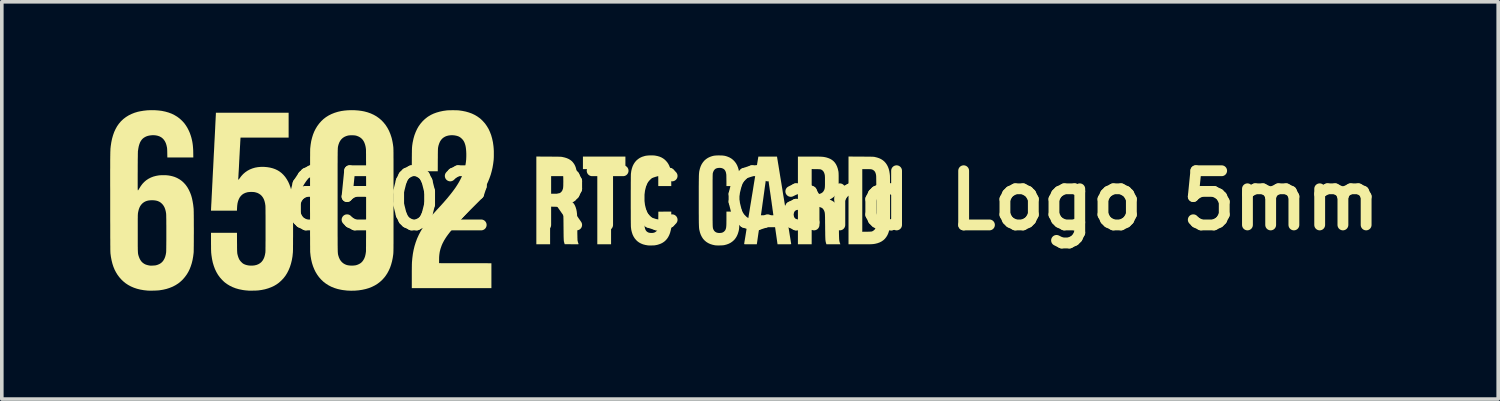
<source format=kicad_pcb>
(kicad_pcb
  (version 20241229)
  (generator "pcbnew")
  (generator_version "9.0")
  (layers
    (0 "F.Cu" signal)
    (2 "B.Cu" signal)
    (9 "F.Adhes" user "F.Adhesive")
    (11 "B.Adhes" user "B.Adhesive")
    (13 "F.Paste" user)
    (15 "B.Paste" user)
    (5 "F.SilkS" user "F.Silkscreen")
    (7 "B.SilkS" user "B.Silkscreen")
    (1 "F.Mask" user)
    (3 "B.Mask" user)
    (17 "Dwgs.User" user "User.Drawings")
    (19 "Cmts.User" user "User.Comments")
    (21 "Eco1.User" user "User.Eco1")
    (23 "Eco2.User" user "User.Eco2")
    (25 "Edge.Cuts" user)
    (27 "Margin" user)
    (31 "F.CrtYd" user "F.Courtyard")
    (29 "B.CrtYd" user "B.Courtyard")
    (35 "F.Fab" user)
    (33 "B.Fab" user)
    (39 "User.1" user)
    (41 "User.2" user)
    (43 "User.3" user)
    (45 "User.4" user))
  (footprint "6502 RTC Card Logo 5mm"
    (layer "F.Cu")
    (at 19.987 2.499)
    (property "Reference" "6502 RTC Card Logo 5mm" (at 0 0 0) (layer "F.SilkS") (effects (font (size 1.5 1.5) (thickness 0.3))))
    (attr board_only exclude_from_pos_files exclude_from_bom)
    (fp_poly (pts (xy -5.722 -1.041) (xy -5.722 -0.867) (xy -5.921 -0.867) (xy -6.119 -0.867) (xy -6.119 0.173) (xy -6.119 1.214) (xy -6.31 1.214) (xy -6.5 1.214) (xy -6.5 0.173) (xy -6.5 -0.867) (xy -6.699 -0.867) (xy -6.898 -0.867) (xy -6.898 -1.041) (xy -6.898 -1.214) (xy -6.31 -1.214) (xy -5.722 -1.214)) (stroke (width 0) (type solid)) (fill yes) (layer "F.SilkS"))
    (fp_poly (pts (xy 0.799 -1.213) (xy 0.862 -1.213) (xy 0.917 -1.212) (xy 0.965 -1.212) (xy 1.006 -1.212) (xy 1.042 -1.211) (xy 1.071 -1.211) (xy 1.096 -1.21) (xy 1.117 -1.21) (xy 1.134 -1.209) (xy 1.147 -1.208) (xy 1.158 -1.207) (xy 1.168 -1.206) (xy 1.175 -1.205) (xy 1.178 -1.204) (xy 1.244 -1.188) (xy 1.304 -1.168) (xy 1.357 -1.143) (xy 1.404 -1.113) (xy 1.445 -1.079) (xy 1.482 -1.038) (xy 1.489 -1.029) (xy 1.521 -0.981) (xy 1.548 -0.928) (xy 1.569 -0.871) (xy 1.585 -0.808) (xy 1.596 -0.74) (xy 1.601 -0.69) (xy 1.602 -0.677) (xy 1.602 -0.657) (xy 1.603 -0.63) (xy 1.603 -0.596) (xy 1.604 -0.556) (xy 1.604 -0.51) (xy 1.604 -0.46) (xy 1.605 -0.405) (xy 1.605 -0.347) (xy 1.605 -0.285) (xy 1.605 -0.221) (xy 1.605 -0.155) (xy 1.605 -0.087) (xy 1.605 -0.019) (xy 1.605 0.05) (xy 1.605 0.117) (xy 1.605 0.184) (xy 1.605 0.25) (xy 1.605 0.313) (xy 1.605 0.373) (xy 1.605 0.43) (xy 1.604 0.483) (xy 1.604 0.531) (xy 1.604 0.575) (xy 1.603 0.612) (xy 1.603 0.643) (xy 1.602 0.667) (xy 1.602 0.684) (xy 1.601 0.69) (xy 1.592 0.767) (xy 1.578 0.838) (xy 1.558 0.903) (xy 1.532 0.962) (xy 1.5 1.014) (xy 1.463 1.061) (xy 1.42 1.101) (xy 1.371 1.135) (xy 1.316 1.163) (xy 1.255 1.185) (xy 1.189 1.201) (xy 1.143 1.208) (xy 1.131 1.209) (xy 1.118 1.21) (xy 1.102 1.211) (xy 1.082 1.212) (xy 1.059 1.213) (xy 1.032 1.213) (xy 0.999 1.213) (xy 0.961 1.214) (xy 0.916 1.214) (xy 0.865 1.214) (xy 0.806 1.214) (xy 0.773 1.214) (xy 0.455 1.214) (xy 0.455 0.000235) (xy 0.836 0.000235) (xy 0.836 0.868) (xy 0.959 0.866) (xy 0.997 0.866) (xy 1.026 0.865) (xy 1.05 0.864) (xy 1.068 0.863) (xy 1.082 0.862) (xy 1.093 0.861) (xy 1.101 0.859) (xy 1.105 0.858) (xy 1.13 0.846) (xy 1.154 0.829) (xy 1.176 0.809) (xy 1.185 0.798) (xy 1.198 0.773) (xy 1.21 0.741) (xy 1.218 0.704) (xy 1.22 0.683) (xy 1.221 0.674) (xy 1.222 0.656) (xy 1.222 0.631) (xy 1.223 0.6) (xy 1.223 0.562) (xy 1.223 0.519) (xy 1.224 0.47) (xy 1.224 0.418) (xy 1.224 0.361) (xy 1.224 0.301) (xy 1.225 0.239) (xy 1.225 0.174) (xy 1.225 0.108) (xy 1.225 0.041) (xy 1.225 -0.026) (xy 1.225 -0.093) (xy 1.225 -0.159) (xy 1.225 -0.224) (xy 1.224 -0.287) (xy 1.224 -0.348) (xy 1.224 -0.405) (xy 1.224 -0.459) (xy 1.223 -0.508) (xy 1.223 -0.553) (xy 1.222 -0.592) (xy 1.222 -0.625) (xy 1.221 -0.651) (xy 1.221 -0.671) (xy 1.22 -0.682) (xy 1.22 -0.684) (xy 1.213 -0.727) (xy 1.202 -0.763) (xy 1.188 -0.793) (xy 1.168 -0.818) (xy 1.146 -0.836) (xy 1.133 -0.844) (xy 1.12 -0.851) (xy 1.106 -0.857) (xy 1.09 -0.861) (xy 1.071 -0.864) (xy 1.047 -0.865) (xy 1.018 -0.867) (xy 0.983 -0.867) (xy 0.951 -0.867) (xy 0.836 -0.867) (xy 0.836 0.000235) (xy 0.455 0.000235) (xy 0.455 -0.000228) (xy 0.455 -1.215)) (stroke (width 0) (type solid)) (fill yes) (layer "F.SilkS"))
    (fp_poly (pts (xy -4.973 -1.247) (xy -4.935 -1.245) (xy -4.904 -1.242) (xy -4.839 -1.23) (xy -4.78 -1.213) (xy -4.727 -1.191) (xy -4.678 -1.163) (xy -4.633 -1.129) (xy -4.598 -1.095) (xy -4.563 -1.054) (xy -4.534 -1.011) (xy -4.509 -0.963) (xy -4.489 -0.91) (xy -4.472 -0.851) (xy -4.467 -0.828) (xy -4.464 -0.815) (xy -4.462 -0.804) (xy -4.46 -0.793) (xy -4.459 -0.781) (xy -4.457 -0.768) (xy -4.457 -0.752) (xy -4.456 -0.732) (xy -4.455 -0.708) (xy -4.455 -0.679) (xy -4.454 -0.643) (xy -4.454 -0.6) (xy -4.454 -0.587) (xy -4.452 -0.398) (xy -4.632 -0.398) (xy -4.812 -0.398) (xy -4.812 -0.562) (xy -4.812 -0.608) (xy -4.813 -0.648) (xy -4.813 -0.682) (xy -4.814 -0.711) (xy -4.815 -0.732) (xy -4.816 -0.746) (xy -4.817 -0.75) (xy -4.828 -0.791) (xy -4.845 -0.826) (xy -4.866 -0.854) (xy -4.893 -0.876) (xy -4.925 -0.891) (xy -4.962 -0.899) (xy -5 -0.902) (xy -5.039 -0.9) (xy -5.072 -0.893) (xy -5.1 -0.882) (xy -5.125 -0.865) (xy -5.141 -0.849) (xy -5.161 -0.821) (xy -5.176 -0.786) (xy -5.187 -0.746) (xy -5.189 -0.734) (xy -5.189 -0.726) (xy -5.19 -0.709) (xy -5.19 -0.685) (xy -5.191 -0.653) (xy -5.191 -0.614) (xy -5.191 -0.567) (xy -5.192 -0.513) (xy -5.192 -0.453) (xy -5.192 -0.386) (xy -5.193 -0.314) (xy -5.193 -0.235) (xy -5.193 -0.15) (xy -5.193 -0.061) (xy -5.193 0.003) (xy -5.193 0.095) (xy -5.193 0.179) (xy -5.193 0.255) (xy -5.193 0.324) (xy -5.193 0.386) (xy -5.193 0.442) (xy -5.192 0.492) (xy -5.192 0.535) (xy -5.192 0.574) (xy -5.192 0.607) (xy -5.191 0.636) (xy -5.191 0.66) (xy -5.191 0.681) (xy -5.19 0.698) (xy -5.19 0.712) (xy -5.189 0.724) (xy -5.188 0.733) (xy -5.187 0.74) (xy -5.187 0.746) (xy -5.187 0.746) (xy -5.176 0.788) (xy -5.161 0.823) (xy -5.141 0.851) (xy -5.115 0.873) (xy -5.084 0.889) (xy -5.047 0.898) (xy -5.005 0.901) (xy -5 0.901) (xy -4.958 0.899) (xy -4.922 0.89) (xy -4.891 0.875) (xy -4.865 0.855) (xy -4.862 0.851) (xy -4.851 0.838) (xy -4.843 0.825) (xy -4.835 0.81) (xy -4.827 0.79) (xy -4.824 0.782) (xy -4.822 0.776) (xy -4.82 0.77) (xy -4.819 0.764) (xy -4.817 0.756) (xy -4.816 0.746) (xy -4.815 0.733) (xy -4.815 0.716) (xy -4.814 0.695) (xy -4.814 0.669) (xy -4.813 0.637) (xy -4.813 0.599) (xy -4.812 0.553) (xy -4.812 0.533) (xy -4.81 0.311) (xy -4.631 0.31) (xy -4.452 0.309) (xy -4.454 0.543) (xy -4.455 0.776) (xy -4.467 0.828) (xy -4.485 0.896) (xy -4.508 0.957) (xy -4.536 1.012) (xy -4.569 1.062) (xy -4.608 1.106) (xy -4.653 1.146) (xy -4.656 1.147) (xy -4.695 1.173) (xy -4.74 1.196) (xy -4.791 1.215) (xy -4.844 1.231) (xy -4.899 1.241) (xy -4.901 1.242) (xy -4.92 1.244) (xy -4.945 1.245) (xy -4.974 1.246) (xy -5.004 1.247) (xy -5.034 1.247) (xy -5.061 1.247) (xy -5.084 1.246) (xy -5.098 1.245) (xy -5.169 1.233) (xy -5.234 1.216) (xy -5.293 1.192) (xy -5.346 1.163) (xy -5.393 1.128) (xy -5.426 1.096) (xy -5.465 1.049) (xy -5.497 0.998) (xy -5.524 0.941) (xy -5.544 0.879) (xy -5.56 0.812) (xy -5.569 0.741) (xy -5.57 0.731) (xy -5.57 0.713) (xy -5.571 0.688) (xy -5.571 0.656) (xy -5.572 0.617) (xy -5.572 0.573) (xy -5.573 0.524) (xy -5.573 0.47) (xy -5.573 0.413) (xy -5.573 0.352) (xy -5.573 0.288) (xy -5.574 0.221) (xy -5.574 0.153) (xy -5.574 0.084) (xy -5.574 0.014) (xy -5.574 -0.056) (xy -5.574 -0.126) (xy -5.574 -0.195) (xy -5.574 -0.262) (xy -5.573 -0.327) (xy -5.573 -0.389) (xy -5.573 -0.448) (xy -5.573 -0.504) (xy -5.572 -0.555) (xy -5.572 -0.601) (xy -5.572 -0.641) (xy -5.571 -0.676) (xy -5.571 -0.704) (xy -5.57 -0.725) (xy -5.57 -0.738) (xy -5.569 -0.741) (xy -5.559 -0.817) (xy -5.542 -0.887) (xy -5.52 -0.951) (xy -5.491 -1.009) (xy -5.457 -1.06) (xy -5.417 -1.106) (xy -5.371 -1.145) (xy -5.32 -1.179) (xy -5.263 -1.206) (xy -5.2 -1.226) (xy -5.161 -1.236) (xy -5.131 -1.24) (xy -5.095 -1.244) (xy -5.055 -1.246) (xy -5.013 -1.247)) (stroke (width 0) (type solid)) (fill yes) (layer "F.SilkS"))
    (fp_poly (pts (xy -7.851 -1.213) (xy -7.788 -1.213) (xy -7.733 -1.212) (xy -7.686 -1.212) (xy -7.645 -1.212) (xy -7.61 -1.211) (xy -7.581 -1.211) (xy -7.556 -1.21) (xy -7.536 -1.21) (xy -7.519 -1.209) (xy -7.505 -1.208) (xy -7.494 -1.207) (xy -7.484 -1.206) (xy -7.476 -1.205) (xy -7.473 -1.204) (xy -7.405 -1.189) (xy -7.344 -1.17) (xy -7.29 -1.146) (xy -7.243 -1.117) (xy -7.203 -1.085) (xy -7.179 -1.059) (xy -7.153 -1.025) (xy -7.13 -0.989) (xy -7.111 -0.95) (xy -7.095 -0.907) (xy -7.083 -0.861) (xy -7.073 -0.809) (xy -7.066 -0.753) (xy -7.061 -0.69) (xy -7.059 -0.621) (xy -7.06 -0.544) (xy -7.06 -0.527) (xy -7.062 -0.471) (xy -7.065 -0.423) (xy -7.069 -0.38) (xy -7.075 -0.342) (xy -7.082 -0.308) (xy -7.091 -0.276) (xy -7.102 -0.244) (xy -7.105 -0.236) (xy -7.13 -0.186) (xy -7.161 -0.141) (xy -7.197 -0.101) (xy -7.239 -0.067) (xy -7.285 -0.039) (xy -7.292 -0.036) (xy -7.304 -0.029) (xy -7.307 -0.024) (xy -7.303 -0.019) (xy -7.297 -0.016) (xy -7.249 0.006) (xy -7.208 0.031) (xy -7.173 0.062) (xy -7.144 0.097) (xy -7.12 0.139) (xy -7.1 0.187) (xy -7.087 0.23) (xy -7.082 0.247) (xy -7.078 0.261) (xy -7.076 0.275) (xy -7.073 0.289) (xy -7.07 0.306) (xy -7.067 0.328) (xy -7.065 0.349) (xy -7.063 0.36) (xy -7.062 0.373) (xy -7.061 0.39) (xy -7.06 0.409) (xy -7.059 0.432) (xy -7.058 0.46) (xy -7.058 0.493) (xy -7.057 0.531) (xy -7.056 0.576) (xy -7.056 0.627) (xy -7.055 0.686) (xy -7.054 0.747) (xy -7.054 0.81) (xy -7.053 0.866) (xy -7.053 0.915) (xy -7.052 0.957) (xy -7.051 0.992) (xy -7.051 1.022) (xy -7.05 1.047) (xy -7.049 1.068) (xy -7.049 1.084) (xy -7.048 1.097) (xy -7.047 1.108) (xy -7.046 1.116) (xy -7.044 1.123) (xy -7.044 1.124) (xy -7.036 1.156) (xy -7.025 1.189) (xy -7.018 1.207) (xy -7.018 1.209) (xy -7.019 1.21) (xy -7.022 1.211) (xy -7.028 1.212) (xy -7.037 1.213) (xy -7.051 1.213) (xy -7.069 1.213) (xy -7.093 1.214) (xy -7.123 1.214) (xy -7.16 1.213) (xy -7.205 1.213) (xy -7.209 1.213) (xy -7.403 1.212) (xy -7.411 1.187) (xy -7.414 1.175) (xy -7.418 1.164) (xy -7.42 1.154) (xy -7.423 1.144) (xy -7.425 1.133) (xy -7.427 1.121) (xy -7.428 1.106) (xy -7.429 1.09) (xy -7.43 1.07) (xy -7.431 1.046) (xy -7.432 1.018) (xy -7.433 0.985) (xy -7.433 0.946) (xy -7.434 0.901) (xy -7.434 0.849) (xy -7.435 0.79) (xy -7.435 0.751) (xy -7.436 0.686) (xy -7.436 0.629) (xy -7.437 0.579) (xy -7.437 0.536) (xy -7.438 0.5) (xy -7.439 0.468) (xy -7.439 0.442) (xy -7.44 0.421) (xy -7.441 0.403) (xy -7.442 0.389) (xy -7.443 0.377) (xy -7.444 0.367) (xy -7.445 0.359) (xy -7.445 0.359) (xy -7.455 0.316) (xy -7.467 0.281) (xy -7.482 0.252) (xy -7.501 0.229) (xy -7.525 0.21) (xy -7.554 0.195) (xy -7.579 0.185) (xy -7.589 0.182) (xy -7.599 0.18) (xy -7.611 0.178) (xy -7.625 0.177) (xy -7.644 0.176) (xy -7.669 0.175) (xy -7.7 0.175) (xy -7.707 0.174) (xy -7.807 0.173) (xy -7.807 0.693) (xy -7.807 1.214) (xy -7.998 1.214) (xy -8.188 1.214) (xy -8.188 -0.000232) (xy -8.188 -0.52) (xy -7.807 -0.52) (xy -7.807 -0.172) (xy -7.707 -0.175) (xy -7.672 -0.175) (xy -7.645 -0.176) (xy -7.624 -0.178) (xy -7.607 -0.179) (xy -7.595 -0.181) (xy -7.585 -0.183) (xy -7.583 -0.184) (xy -7.545 -0.199) (xy -7.514 -0.22) (xy -7.488 -0.246) (xy -7.468 -0.278) (xy -7.454 -0.316) (xy -7.449 -0.334) (xy -7.447 -0.349) (xy -7.445 -0.371) (xy -7.443 -0.399) (xy -7.442 -0.431) (xy -7.442 -0.466) (xy -7.441 -0.504) (xy -7.441 -0.543) (xy -7.442 -0.58) (xy -7.442 -0.616) (xy -7.443 -0.649) (xy -7.445 -0.678) (xy -7.447 -0.7) (xy -7.449 -0.716) (xy -7.449 -0.717) (xy -7.461 -0.757) (xy -7.477 -0.791) (xy -7.497 -0.819) (xy -7.521 -0.84) (xy -7.532 -0.846) (xy -7.545 -0.852) (xy -7.559 -0.857) (xy -7.574 -0.861) (xy -7.591 -0.864) (xy -7.612 -0.865) (xy -7.637 -0.867) (xy -7.669 -0.867) (xy -7.703 -0.867) (xy -7.807 -0.867) (xy -7.807 -0.52) (xy -8.188 -0.52) (xy -8.188 -1.215)) (stroke (width 0) (type solid)) (fill yes) (layer "F.SilkS"))
    (fp_poly (pts (xy -1.523 -1.203) (xy -1.522 -1.197) (xy -1.52 -1.183) (xy -1.517 -1.162) (xy -1.512 -1.134) (xy -1.506 -1.1) (xy -1.5 -1.059) (xy -1.492 -1.012) (xy -1.483 -0.959) (xy -1.474 -0.902) (xy -1.464 -0.84) (xy -1.453 -0.773) (xy -1.442 -0.703) (xy -1.43 -0.629) (xy -1.417 -0.552) (xy -1.404 -0.473) (xy -1.391 -0.391) (xy -1.377 -0.308) (xy -1.364 -0.223) (xy -1.35 -0.136) (xy -1.335 -0.05) (xy -1.321 0.037) (xy -1.307 0.124) (xy -1.293 0.21) (xy -1.279 0.296) (xy -1.266 0.38) (xy -1.252 0.462) (xy -1.239 0.542) (xy -1.227 0.619) (xy -1.215 0.694) (xy -1.203 0.765) (xy -1.192 0.832) (xy -1.182 0.895) (xy -1.173 0.954) (xy -1.164 1.007) (xy -1.156 1.055) (xy -1.149 1.098) (xy -1.144 1.134) (xy -1.139 1.163) (xy -1.135 1.186) (xy -1.133 1.201) (xy -1.132 1.208) (xy -1.132 1.209) (xy -1.133 1.21) (xy -1.139 1.211) (xy -1.149 1.212) (xy -1.164 1.213) (xy -1.184 1.213) (xy -1.211 1.214) (xy -1.244 1.214) (xy -1.285 1.214) (xy -1.321 1.214) (xy -1.51 1.214) (xy -1.544 0.978) (xy -1.578 0.742) (xy -1.797 0.741) (xy -1.851 0.741) (xy -1.897 0.741) (xy -1.936 0.741) (xy -1.968 0.742) (xy -1.991 0.742) (xy -2.007 0.743) (xy -2.015 0.744) (xy -2.016 0.744) (xy -2.016 0.749) (xy -2.018 0.762) (xy -2.021 0.781) (xy -2.024 0.806) (xy -2.029 0.837) (xy -2.034 0.872) (xy -2.04 0.911) (xy -2.046 0.953) (xy -2.05 0.98) (xy -2.056 1.023) (xy -2.062 1.064) (xy -2.067 1.101) (xy -2.072 1.134) (xy -2.076 1.163) (xy -2.08 1.186) (xy -2.082 1.202) (xy -2.083 1.211) (xy -2.084 1.213) (xy -2.088 1.213) (xy -2.099 1.213) (xy -2.118 1.214) (xy -2.142 1.214) (xy -2.171 1.214) (xy -2.204 1.214) (xy -2.241 1.214) (xy -2.259 1.214) (xy -2.303 1.214) (xy -2.339 1.214) (xy -2.368 1.214) (xy -2.391 1.213) (xy -2.408 1.213) (xy -2.42 1.212) (xy -2.428 1.211) (xy -2.433 1.21) (xy -2.435 1.209) (xy -2.435 1.208) (xy -2.434 1.203) (xy -2.432 1.19) (xy -2.429 1.171) (xy -2.426 1.147) (xy -2.421 1.119) (xy -2.416 1.089) (xy -2.415 1.084) (xy -2.413 1.07) (xy -2.409 1.047) (xy -2.404 1.017) (xy -2.398 0.98) (xy -2.391 0.936) (xy -2.383 0.885) (xy -2.374 0.829) (xy -2.364 0.767) (xy -2.353 0.7) (xy -2.341 0.628) (xy -2.329 0.552) (xy -2.316 0.472) (xy -2.306 0.41) (xy -1.97 0.41) (xy -1.798 0.41) (xy -1.627 0.41) (xy -1.627 0.401) (xy -1.627 0.395) (xy -1.629 0.381) (xy -1.632 0.36) (xy -1.636 0.333) (xy -1.64 0.299) (xy -1.646 0.261) (xy -1.652 0.217) (xy -1.658 0.169) (xy -1.666 0.118) (xy -1.673 0.063) (xy -1.681 0.006) (xy -1.69 -0.052) (xy -1.698 -0.113) (xy -1.707 -0.174) (xy -1.716 -0.235) (xy -1.725 -0.296) (xy -1.733 -0.356) (xy -1.742 -0.414) (xy -1.75 -0.47) (xy -1.757 -0.524) (xy -1.765 -0.574) (xy -1.772 -0.62) (xy -1.778 -0.662) (xy -1.783 -0.699) (xy -1.788 -0.731) (xy -1.792 -0.756) (xy -1.795 -0.775) (xy -1.796 -0.786) (xy -1.797 -0.79) (xy -1.801 -0.791) (xy -1.802 -0.791) (xy -1.803 -0.786) (xy -1.804 -0.774) (xy -1.807 -0.755) (xy -1.811 -0.728) (xy -1.816 -0.695) (xy -1.821 -0.656) (xy -1.828 -0.611) (xy -1.835 -0.561) (xy -1.842 -0.507) (xy -1.85 -0.449) (xy -1.859 -0.387) (xy -1.868 -0.322) (xy -1.877 -0.254) (xy -1.884 -0.203) (xy -1.894 -0.133) (xy -1.903 -0.066) (xy -1.912 -0.001) (xy -1.921 0.061) (xy -1.929 0.119) (xy -1.936 0.172) (xy -1.943 0.222) (xy -1.949 0.266) (xy -1.955 0.305) (xy -1.959 0.337) (xy -1.963 0.363) (xy -1.966 0.382) (xy -1.967 0.393) (xy -1.968 0.397) (xy -1.97 0.41) (xy -2.306 0.41) (xy -2.302 0.388) (xy -2.288 0.302) (xy -2.274 0.212) (xy -2.259 0.12) (xy -2.243 0.026) (xy -2.228 -0.069) (xy -2.221 -0.112) (xy -2.205 -0.207) (xy -2.19 -0.299) (xy -2.176 -0.389) (xy -2.162 -0.476) (xy -2.148 -0.56) (xy -2.135 -0.64) (xy -2.122 -0.717) (xy -2.111 -0.789) (xy -2.1 -0.856) (xy -2.089 -0.919) (xy -2.08 -0.976) (xy -2.072 -1.028) (xy -2.064 -1.074) (xy -2.058 -1.113) (xy -2.052 -1.146) (xy -2.048 -1.172) (xy -2.045 -1.19) (xy -2.043 -1.2) (xy -2.043 -1.203) (xy -2.041 -1.214) (xy -1.783 -1.214) (xy -1.526 -1.214)) (stroke (width 0) (type solid)) (fill yes) (layer "F.SilkS"))
    (fp_poly (pts (xy -0.565 -1.214) (xy -0.507 -1.214) (xy -0.456 -1.214) (xy -0.412 -1.213) (xy -0.373 -1.213) (xy -0.339 -1.212) (xy -0.31 -1.211) (xy -0.285 -1.209) (xy -0.263 -1.208) (xy -0.243 -1.206) (xy -0.225 -1.203) (xy -0.208 -1.2) (xy -0.192 -1.197) (xy -0.175 -1.193) (xy -0.164 -1.191) (xy -0.104 -1.172) (xy -0.049 -1.149) (xy -0.001 -1.12) (xy 0.042 -1.085) (xy 0.078 -1.045) (xy 0.109 -0.998) (xy 0.135 -0.945) (xy 0.156 -0.886) (xy 0.172 -0.819) (xy 0.172 -0.817) (xy 0.175 -0.805) (xy 0.177 -0.793) (xy 0.178 -0.781) (xy 0.179 -0.768) (xy 0.18 -0.753) (xy 0.181 -0.735) (xy 0.181 -0.713) (xy 0.182 -0.686) (xy 0.182 -0.652) (xy 0.182 -0.612) (xy 0.182 -0.584) (xy 0.182 -0.538) (xy 0.182 -0.5) (xy 0.181 -0.468) (xy 0.181 -0.442) (xy 0.18 -0.421) (xy 0.18 -0.404) (xy 0.179 -0.389) (xy 0.177 -0.377) (xy 0.175 -0.365) (xy 0.174 -0.357) (xy 0.159 -0.293) (xy 0.139 -0.235) (xy 0.114 -0.184) (xy 0.084 -0.139) (xy 0.05 -0.101) (xy 0.049 -0.1) (xy 0.031 -0.085) (xy 0.008 -0.068) (xy -0.015 -0.053) (xy -0.036 -0.041) (xy -0.048 -0.036) (xy -0.058 -0.031) (xy -0.064 -0.026) (xy -0.065 -0.024) (xy -0.06 -0.021) (xy -0.05 -0.016) (xy -0.036 -0.01) (xy -0.034 -0.009) (xy 0.01 0.013) (xy 0.05 0.041) (xy 0.085 0.075) (xy 0.104 0.099) (xy 0.118 0.124) (xy 0.132 0.154) (xy 0.146 0.188) (xy 0.157 0.224) (xy 0.16 0.236) (xy 0.165 0.252) (xy 0.168 0.267) (xy 0.171 0.282) (xy 0.174 0.297) (xy 0.177 0.314) (xy 0.179 0.331) (xy 0.18 0.351) (xy 0.182 0.374) (xy 0.183 0.401) (xy 0.184 0.431) (xy 0.185 0.467) (xy 0.186 0.507) (xy 0.187 0.554) (xy 0.187 0.608) (xy 0.188 0.669) (xy 0.188 0.717) (xy 0.189 0.784) (xy 0.19 0.843) (xy 0.19 0.895) (xy 0.191 0.94) (xy 0.192 0.979) (xy 0.193 1.013) (xy 0.194 1.042) (xy 0.195 1.067) (xy 0.197 1.088) (xy 0.199 1.106) (xy 0.201 1.122) (xy 0.204 1.136) (xy 0.207 1.149) (xy 0.211 1.161) (xy 0.215 1.174) (xy 0.219 1.186) (xy 0.23 1.214) (xy 0.036 1.214) (xy -0.157 1.214) (xy -0.167 1.182) (xy -0.171 1.169) (xy -0.174 1.157) (xy -0.177 1.145) (xy -0.179 1.133) (xy -0.181 1.12) (xy -0.183 1.105) (xy -0.185 1.087) (xy -0.186 1.067) (xy -0.187 1.043) (xy -0.188 1.015) (xy -0.189 0.982) (xy -0.19 0.944) (xy -0.19 0.899) (xy -0.191 0.848) (xy -0.192 0.79) (xy -0.192 0.724) (xy -0.192 0.723) (xy -0.193 0.659) (xy -0.194 0.602) (xy -0.194 0.552) (xy -0.195 0.509) (xy -0.195 0.472) (xy -0.196 0.441) (xy -0.197 0.414) (xy -0.198 0.392) (xy -0.199 0.374) (xy -0.201 0.358) (xy -0.202 0.345) (xy -0.204 0.334) (xy -0.207 0.324) (xy -0.209 0.314) (xy -0.213 0.305) (xy -0.216 0.295) (xy -0.218 0.29) (xy -0.228 0.269) (xy -0.242 0.247) (xy -0.258 0.227) (xy -0.266 0.219) (xy -0.281 0.209) (xy -0.302 0.198) (xy -0.326 0.189) (xy -0.35 0.182) (xy -0.36 0.18) (xy -0.38 0.177) (xy -0.406 0.175) (xy -0.439 0.174) (xy -0.476 0.174) (xy -0.479 0.174) (xy -0.565 0.173) (xy -0.565 0.694) (xy -0.565 1.214) (xy -0.755 1.214) (xy -0.946 1.214) (xy -0.946 0) (xy -0.946 -0.52) (xy -0.565 -0.52) (xy -0.565 -0.172) (xy -0.462 -0.174) (xy -0.429 -0.175) (xy -0.402 -0.176) (xy -0.382 -0.177) (xy -0.366 -0.178) (xy -0.354 -0.18) (xy -0.343 -0.182) (xy -0.334 -0.185) (xy -0.333 -0.185) (xy -0.296 -0.201) (xy -0.265 -0.222) (xy -0.241 -0.249) (xy -0.222 -0.281) (xy -0.216 -0.295) (xy -0.211 -0.308) (xy -0.207 -0.323) (xy -0.203 -0.339) (xy -0.201 -0.357) (xy -0.199 -0.38) (xy -0.198 -0.406) (xy -0.197 -0.438) (xy -0.197 -0.477) (xy -0.197 -0.523) (xy -0.197 -0.525) (xy -0.197 -0.567) (xy -0.197 -0.601) (xy -0.197 -0.629) (xy -0.198 -0.652) (xy -0.199 -0.67) (xy -0.2 -0.685) (xy -0.201 -0.697) (xy -0.203 -0.709) (xy -0.205 -0.717) (xy -0.217 -0.759) (xy -0.234 -0.794) (xy -0.256 -0.822) (xy -0.283 -0.844) (xy -0.306 -0.855) (xy -0.313 -0.858) (xy -0.321 -0.86) (xy -0.33 -0.862) (xy -0.341 -0.863) (xy -0.355 -0.864) (xy -0.373 -0.865) (xy -0.398 -0.866) (xy -0.429 -0.866) (xy -0.447 -0.866) (xy -0.565 -0.868) (xy -0.565 -0.52) (xy -0.946 -0.52) (xy -0.946 -1.214) (xy -0.631 -1.214)) (stroke (width 0) (type solid)) (fill yes) (layer "F.SilkS"))
    (fp_poly (pts (xy -10.458 -2.497) (xy -10.42 -2.497) (xy -10.386 -2.496) (xy -10.357 -2.494) (xy -10.337 -2.493) (xy -10.237 -2.479) (xy -10.143 -2.46) (xy -10.056 -2.435) (xy -9.973 -2.405) (xy -9.897 -2.369) (xy -9.825 -2.327) (xy -9.758 -2.279) (xy -9.747 -2.271) (xy -9.731 -2.257) (xy -9.712 -2.24) (xy -9.692 -2.22) (xy -9.672 -2.201) (xy -9.667 -2.195) (xy -9.609 -2.13) (xy -9.558 -2.058) (xy -9.512 -1.981) (xy -9.473 -1.897) (xy -9.439 -1.808) (xy -9.412 -1.713) (xy -9.39 -1.612) (xy -9.375 -1.505) (xy -9.369 -1.439) (xy -9.367 -1.404) (xy -9.365 -1.364) (xy -9.365 -1.319) (xy -9.365 -1.273) (xy -9.365 -1.227) (xy -9.366 -1.184) (xy -9.368 -1.145) (xy -9.37 -1.117) (xy -9.383 -1.013) (xy -9.4 -0.912) (xy -9.423 -0.812) (xy -9.451 -0.712) (xy -9.486 -0.613) (xy -9.526 -0.515) (xy -9.573 -0.415) (xy -9.626 -0.316) (xy -9.686 -0.214) (xy -9.752 -0.112) (xy -9.826 -0.007) (xy -9.907 0.1) (xy -9.995 0.211) (xy -10.02 0.241) (xy -10.053 0.28) (xy -10.085 0.318) (xy -10.118 0.355) (xy -10.151 0.393) (xy -10.188 0.433) (xy -10.227 0.477) (xy -10.271 0.525) (xy -10.295 0.55) (xy -10.366 0.628) (xy -10.431 0.7) (xy -10.49 0.768) (xy -10.543 0.832) (xy -10.592 0.892) (xy -10.635 0.948) (xy -10.674 1.002) (xy -10.708 1.054) (xy -10.739 1.104) (xy -10.765 1.153) (xy -10.789 1.2) (xy -10.809 1.247) (xy -10.826 1.295) (xy -10.842 1.342) (xy -10.851 1.377) (xy -10.862 1.423) (xy -10.869 1.468) (xy -10.875 1.515) (xy -10.879 1.565) (xy -10.88 1.622) (xy -10.88 1.637) (xy -10.881 1.737) (xy -10.156 1.738) (xy -9.432 1.739) (xy -9.432 2.084) (xy -9.432 2.428) (xy -10.534 2.428) (xy -11.636 2.428) (xy -11.636 2.105) (xy -11.636 2.052) (xy -11.636 1.999) (xy -11.636 1.948) (xy -11.635 1.901) (xy -11.635 1.856) (xy -11.634 1.816) (xy -11.634 1.781) (xy -11.633 1.752) (xy -11.632 1.73) (xy -11.632 1.717) (xy -11.621 1.594) (xy -11.606 1.478) (xy -11.585 1.367) (xy -11.559 1.261) (xy -11.527 1.158) (xy -11.49 1.058) (xy -11.445 0.959) (xy -11.394 0.861) (xy -11.336 0.764) (xy -11.271 0.665) (xy -11.215 0.588) (xy -11.182 0.544) (xy -11.148 0.501) (xy -11.113 0.457) (xy -11.076 0.413) (xy -11.037 0.367) (xy -10.993 0.318) (xy -10.946 0.265) (xy -10.893 0.208) (xy -10.881 0.195) (xy -10.797 0.103) (xy -10.719 0.015) (xy -10.648 -0.068) (xy -10.583 -0.147) (xy -10.523 -0.223) (xy -10.469 -0.295) (xy -10.419 -0.365) (xy -10.375 -0.433) (xy -10.335 -0.499) (xy -10.299 -0.564) (xy -10.267 -0.628) (xy -10.239 -0.691) (xy -10.214 -0.754) (xy -10.196 -0.806) (xy -10.171 -0.89) (xy -10.152 -0.972) (xy -10.139 -1.053) (xy -10.13 -1.136) (xy -10.127 -1.222) (xy -10.127 -1.295) (xy -10.13 -1.362) (xy -10.135 -1.422) (xy -10.142 -1.476) (xy -10.152 -1.524) (xy -10.165 -1.567) (xy -10.18 -1.607) (xy -10.197 -1.64) (xy -10.218 -1.672) (xy -10.246 -1.703) (xy -10.277 -1.732) (xy -10.311 -1.756) (xy -10.346 -1.774) (xy -10.353 -1.777) (xy -10.405 -1.792) (xy -10.46 -1.802) (xy -10.516 -1.806) (xy -10.572 -1.804) (xy -10.626 -1.796) (xy -10.677 -1.782) (xy -10.715 -1.766) (xy -10.757 -1.741) (xy -10.794 -1.711) (xy -10.826 -1.674) (xy -10.854 -1.631) (xy -10.876 -1.581) (xy -10.895 -1.524) (xy -10.905 -1.48) (xy -10.907 -1.471) (xy -10.908 -1.462) (xy -10.909 -1.453) (xy -10.911 -1.443) (xy -10.911 -1.43) (xy -10.912 -1.415) (xy -10.913 -1.397) (xy -10.913 -1.375) (xy -10.914 -1.348) (xy -10.914 -1.316) (xy -10.915 -1.278) (xy -10.915 -1.233) (xy -10.915 -1.182) (xy -10.916 -1.122) (xy -10.916 -1.122) (xy -10.917 -0.808) (xy -11.277 -0.808) (xy -11.637 -0.808) (xy -11.635 -1.128) (xy -11.635 -1.192) (xy -11.634 -1.248) (xy -11.634 -1.296) (xy -11.633 -1.339) (xy -11.633 -1.376) (xy -11.632 -1.408) (xy -11.631 -1.436) (xy -11.63 -1.461) (xy -11.628 -1.484) (xy -11.626 -1.505) (xy -11.624 -1.525) (xy -11.621 -1.544) (xy -11.618 -1.564) (xy -11.615 -1.586) (xy -11.611 -1.609) (xy -11.61 -1.612) (xy -11.589 -1.712) (xy -11.562 -1.806) (xy -11.528 -1.895) (xy -11.489 -1.979) (xy -11.444 -2.057) (xy -11.392 -2.128) (xy -11.335 -2.194) (xy -11.272 -2.254) (xy -11.204 -2.308) (xy -11.179 -2.325) (xy -11.109 -2.367) (xy -11.033 -2.403) (xy -10.951 -2.433) (xy -10.863 -2.458) (xy -10.77 -2.478) (xy -10.67 -2.492) (xy -10.663 -2.493) (xy -10.64 -2.494) (xy -10.61 -2.496) (xy -10.575 -2.497) (xy -10.537 -2.497) (xy -10.498 -2.498)) (stroke (width 0) (type solid)) (fill yes) (layer "F.SilkS"))
    (fp_poly (pts (xy -3.081 -1.245) (xy -3.041 -1.244) (xy -3.007 -1.24) (xy -2.976 -1.236) (xy -2.946 -1.229) (xy -2.917 -1.22) (xy -2.905 -1.216) (xy -2.845 -1.192) (xy -2.791 -1.161) (xy -2.743 -1.124) (xy -2.7 -1.08) (xy -2.662 -1.031) (xy -2.631 -0.976) (xy -2.606 -0.915) (xy -2.591 -0.865) (xy -2.586 -0.844) (xy -2.582 -0.824) (xy -2.578 -0.804) (xy -2.575 -0.784) (xy -2.573 -0.761) (xy -2.571 -0.736) (xy -2.57 -0.707) (xy -2.569 -0.673) (xy -2.568 -0.633) (xy -2.567 -0.586) (xy -2.567 -0.572) (xy -2.565 -0.398) (xy -2.745 -0.398) (xy -2.925 -0.398) (xy -2.925 -0.543) (xy -2.926 -0.579) (xy -2.926 -0.614) (xy -2.927 -0.647) (xy -2.927 -0.676) (xy -2.928 -0.7) (xy -2.929 -0.718) (xy -2.93 -0.725) (xy -2.938 -0.77) (xy -2.951 -0.808) (xy -2.969 -0.839) (xy -2.992 -0.864) (xy -3.021 -0.882) (xy -3.055 -0.895) (xy -3.095 -0.901) (xy -3.117 -0.901) (xy -3.159 -0.899) (xy -3.196 -0.89) (xy -3.227 -0.876) (xy -3.252 -0.855) (xy -3.273 -0.828) (xy -3.29 -0.793) (xy -3.301 -0.758) (xy -3.302 -0.754) (xy -3.303 -0.749) (xy -3.304 -0.743) (xy -3.304 -0.735) (xy -3.305 -0.726) (xy -3.305 -0.714) (xy -3.306 -0.699) (xy -3.306 -0.681) (xy -3.307 -0.66) (xy -3.307 -0.634) (xy -3.307 -0.605) (xy -3.308 -0.571) (xy -3.308 -0.531) (xy -3.308 -0.487) (xy -3.308 -0.436) (xy -3.308 -0.379) (xy -3.308 -0.316) (xy -3.308 -0.246) (xy -3.308 -0.168) (xy -3.308 -0.082) (xy -3.308 -0.004) (xy -3.308 0.09) (xy -3.308 0.176) (xy -3.308 0.254) (xy -3.308 0.325) (xy -3.308 0.389) (xy -3.308 0.447) (xy -3.308 0.498) (xy -3.308 0.544) (xy -3.307 0.584) (xy -3.307 0.619) (xy -3.306 0.65) (xy -3.306 0.676) (xy -3.305 0.699) (xy -3.304 0.718) (xy -3.303 0.735) (xy -3.301 0.748) (xy -3.3 0.76) (xy -3.298 0.769) (xy -3.296 0.777) (xy -3.294 0.784) (xy -3.292 0.79) (xy -3.289 0.796) (xy -3.287 0.802) (xy -3.284 0.808) (xy -3.282 0.811) (xy -3.264 0.842) (xy -3.239 0.866) (xy -3.209 0.885) (xy -3.174 0.896) (xy -3.133 0.902) (xy -3.088 0.9) (xy -3.054 0.895) (xy -3.026 0.885) (xy -3.001 0.87) (xy -2.982 0.853) (xy -2.968 0.837) (xy -2.957 0.823) (xy -2.95 0.807) (xy -2.945 0.795) (xy -2.941 0.782) (xy -2.937 0.769) (xy -2.934 0.754) (xy -2.932 0.737) (xy -2.93 0.718) (xy -2.928 0.695) (xy -2.927 0.667) (xy -2.926 0.635) (xy -2.926 0.596) (xy -2.925 0.55) (xy -2.925 0.5) (xy -2.925 0.309) (xy -2.745 0.309) (xy -2.565 0.309) (xy -2.567 0.528) (xy -2.567 0.581) (xy -2.568 0.627) (xy -2.569 0.666) (xy -2.57 0.699) (xy -2.571 0.727) (xy -2.572 0.752) (xy -2.574 0.773) (xy -2.576 0.792) (xy -2.579 0.81) (xy -2.582 0.827) (xy -2.586 0.845) (xy -2.591 0.864) (xy -2.591 0.865) (xy -2.612 0.931) (xy -2.638 0.99) (xy -2.671 1.044) (xy -2.709 1.092) (xy -2.754 1.133) (xy -2.804 1.169) (xy -2.859 1.198) (xy -2.921 1.221) (xy -2.979 1.236) (xy -3.003 1.24) (xy -3.034 1.243) (xy -3.069 1.245) (xy -3.107 1.246) (xy -3.145 1.247) (xy -3.181 1.246) (xy -3.213 1.245) (xy -3.239 1.242) (xy -3.242 1.242) (xy -3.311 1.227) (xy -3.374 1.207) (xy -3.432 1.18) (xy -3.484 1.147) (xy -3.53 1.108) (xy -3.571 1.063) (xy -3.605 1.011) (xy -3.634 0.954) (xy -3.657 0.89) (xy -3.674 0.82) (xy -3.676 0.812) (xy -3.678 0.801) (xy -3.68 0.789) (xy -3.681 0.775) (xy -3.683 0.76) (xy -3.684 0.742) (xy -3.685 0.722) (xy -3.686 0.699) (xy -3.687 0.673) (xy -3.688 0.643) (xy -3.689 0.609) (xy -3.689 0.57) (xy -3.69 0.526) (xy -3.69 0.477) (xy -3.69 0.422) (xy -3.691 0.361) (xy -3.691 0.293) (xy -3.691 0.218) (xy -3.691 0.136) (xy -3.691 0.046) (xy -3.691 0) (xy -3.691 -0.094) (xy -3.691 -0.18) (xy -3.691 -0.258) (xy -3.691 -0.33) (xy -3.691 -0.394) (xy -3.69 -0.452) (xy -3.69 -0.504) (xy -3.689 -0.55) (xy -3.689 -0.591) (xy -3.688 -0.627) (xy -3.688 -0.659) (xy -3.687 -0.687) (xy -3.686 -0.712) (xy -3.685 -0.733) (xy -3.683 -0.752) (xy -3.682 -0.768) (xy -3.68 -0.782) (xy -3.679 -0.795) (xy -3.677 -0.807) (xy -3.676 -0.812) (xy -3.659 -0.883) (xy -3.637 -0.947) (xy -3.609 -1.005) (xy -3.574 -1.058) (xy -3.535 -1.104) (xy -3.489 -1.144) (xy -3.438 -1.178) (xy -3.381 -1.205) (xy -3.334 -1.222) (xy -3.306 -1.23) (xy -3.28 -1.236) (xy -3.254 -1.24) (xy -3.226 -1.243) (xy -3.194 -1.245) (xy -3.156 -1.246) (xy -3.126 -1.246)) (stroke (width 0) (type solid)) (fill yes) (layer "F.SilkS"))
    (fp_poly (pts (xy -15.046 -2.084) (xy -15.046 -1.739) (xy -15.712 -1.739) (xy -16.378 -1.739) (xy -16.38 -1.704) (xy -16.381 -1.695) (xy -16.382 -1.679) (xy -16.383 -1.655) (xy -16.385 -1.624) (xy -16.387 -1.587) (xy -16.389 -1.545) (xy -16.392 -1.497) (xy -16.395 -1.445) (xy -16.398 -1.389) (xy -16.401 -1.329) (xy -16.404 -1.267) (xy -16.408 -1.202) (xy -16.41 -1.155) (xy -16.414 -1.089) (xy -16.417 -1.025) (xy -16.42 -0.964) (xy -16.423 -0.905) (xy -16.426 -0.85) (xy -16.429 -0.8) (xy -16.432 -0.754) (xy -16.434 -0.713) (xy -16.436 -0.678) (xy -16.437 -0.649) (xy -16.439 -0.628) (xy -16.44 -0.613) (xy -16.44 -0.608) (xy -16.441 -0.592) (xy -16.441 -0.582) (xy -16.44 -0.577) (xy -16.436 -0.576) (xy -16.435 -0.575) (xy -16.428 -0.579) (xy -16.419 -0.59) (xy -16.407 -0.606) (xy -16.404 -0.61) (xy -16.357 -0.673) (xy -16.305 -0.73) (xy -16.248 -0.779) (xy -16.186 -0.822) (xy -16.119 -0.858) (xy -16.049 -0.886) (xy -15.974 -0.908) (xy -15.895 -0.922) (xy -15.812 -0.929) (xy -15.73 -0.929) (xy -15.643 -0.922) (xy -15.563 -0.909) (xy -15.487 -0.89) (xy -15.417 -0.865) (xy -15.35 -0.833) (xy -15.301 -0.803) (xy -15.243 -0.759) (xy -15.19 -0.708) (xy -15.141 -0.651) (xy -15.097 -0.586) (xy -15.057 -0.516) (xy -15.023 -0.439) (xy -14.993 -0.355) (xy -14.969 -0.266) (xy -14.95 -0.172) (xy -14.944 -0.136) (xy -14.941 -0.118) (xy -14.939 -0.101) (xy -14.937 -0.084) (xy -14.935 -0.068) (xy -14.933 -0.051) (xy -14.931 -0.034) (xy -14.93 -0.015) (xy -14.929 0.005) (xy -14.928 0.028) (xy -14.927 0.053) (xy -14.926 0.081) (xy -14.925 0.112) (xy -14.925 0.147) (xy -14.924 0.187) (xy -14.924 0.232) (xy -14.924 0.282) (xy -14.924 0.337) (xy -14.923 0.399) (xy -14.923 0.467) (xy -14.923 0.542) (xy -14.923 0.625) (xy -14.923 0.716) (xy -14.923 0.722) (xy -14.923 0.818) (xy -14.923 0.909) (xy -14.923 0.993) (xy -14.924 1.071) (xy -14.924 1.142) (xy -14.924 1.206) (xy -14.925 1.263) (xy -14.925 1.312) (xy -14.925 1.354) (xy -14.926 1.388) (xy -14.927 1.414) (xy -14.927 1.432) (xy -14.928 1.439) (xy -14.939 1.549) (xy -14.957 1.653) (xy -14.981 1.751) (xy -15.011 1.844) (xy -15.047 1.931) (xy -15.089 2.013) (xy -15.136 2.088) (xy -15.19 2.157) (xy -15.25 2.22) (xy -15.315 2.278) (xy -15.38 2.325) (xy -15.451 2.367) (xy -15.529 2.403) (xy -15.612 2.434) (xy -15.701 2.46) (xy -15.795 2.479) (xy -15.89 2.492) (xy -15.906 2.493) (xy -15.929 2.494) (xy -15.956 2.496) (xy -15.987 2.497) (xy -16.019 2.497) (xy -16.051 2.498) (xy -16.081 2.499) (xy -16.108 2.499) (xy -16.131 2.499) (xy -16.147 2.498) (xy -16.15 2.498) (xy -16.189 2.494) (xy -16.22 2.492) (xy -16.246 2.489) (xy -16.268 2.487) (xy -16.287 2.484) (xy -16.304 2.482) (xy -16.322 2.479) (xy -16.326 2.478) (xy -16.421 2.459) (xy -16.512 2.433) (xy -16.597 2.4) (xy -16.677 2.361) (xy -16.751 2.316) (xy -16.812 2.271) (xy -16.828 2.257) (xy -16.847 2.24) (xy -16.867 2.22) (xy -16.887 2.201) (xy -16.892 2.195) (xy -16.95 2.13) (xy -17.001 2.06) (xy -17.046 1.983) (xy -17.085 1.901) (xy -17.118 1.813) (xy -17.146 1.72) (xy -17.167 1.62) (xy -17.183 1.514) (xy -17.191 1.437) (xy -17.191 1.422) (xy -17.192 1.4) (xy -17.193 1.372) (xy -17.194 1.338) (xy -17.194 1.299) (xy -17.194 1.257) (xy -17.195 1.212) (xy -17.195 1.166) (xy -17.195 1.14) (xy -17.195 0.897) (xy -16.836 0.897) (xy -16.476 0.897) (xy -16.475 1.167) (xy -16.474 1.222) (xy -16.474 1.27) (xy -16.474 1.311) (xy -16.473 1.346) (xy -16.473 1.375) (xy -16.472 1.399) (xy -16.471 1.419) (xy -16.47 1.435) (xy -16.469 1.448) (xy -16.468 1.459) (xy -16.467 1.469) (xy -16.466 1.476) (xy -16.457 1.514) (xy -16.446 1.552) (xy -16.433 1.589) (xy -16.419 1.621) (xy -16.411 1.637) (xy -16.396 1.659) (xy -16.377 1.684) (xy -16.354 1.708) (xy -16.331 1.73) (xy -16.309 1.748) (xy -16.297 1.755) (xy -16.256 1.775) (xy -16.209 1.79) (xy -16.159 1.8) (xy -16.106 1.805) (xy -16.052 1.805) (xy -15.998 1.8) (xy -15.947 1.789) (xy -15.929 1.784) (xy -15.881 1.764) (xy -15.838 1.738) (xy -15.8 1.706) (xy -15.767 1.666) (xy -15.74 1.62) (xy -15.718 1.568) (xy -15.702 1.509) (xy -15.69 1.444) (xy -15.689 1.433) (xy -15.689 1.423) (xy -15.688 1.406) (xy -15.687 1.381) (xy -15.687 1.349) (xy -15.687 1.312) (xy -15.686 1.268) (xy -15.686 1.22) (xy -15.686 1.168) (xy -15.685 1.112) (xy -15.685 1.053) (xy -15.685 0.992) (xy -15.685 0.928) (xy -15.685 0.863) (xy -15.685 0.798) (xy -15.685 0.733) (xy -15.685 0.668) (xy -15.685 0.604) (xy -15.685 0.542) (xy -15.685 0.482) (xy -15.685 0.425) (xy -15.686 0.372) (xy -15.686 0.323) (xy -15.686 0.278) (xy -15.687 0.239) (xy -15.687 0.205) (xy -15.688 0.178) (xy -15.688 0.159) (xy -15.689 0.147) (xy -15.689 0.145) (xy -15.699 0.078) (xy -15.714 0.017) (xy -15.734 -0.037) (xy -15.76 -0.084) (xy -15.791 -0.125) (xy -15.827 -0.159) (xy -15.869 -0.187) (xy -15.916 -0.21) (xy -15.969 -0.225) (xy -15.977 -0.227) (xy -16.006 -0.232) (xy -16.041 -0.234) (xy -16.078 -0.235) (xy -16.117 -0.234) (xy -16.153 -0.231) (xy -16.184 -0.227) (xy -16.192 -0.225) (xy -16.245 -0.209) (xy -16.292 -0.187) (xy -16.333 -0.159) (xy -16.369 -0.124) (xy -16.4 -0.083) (xy -16.425 -0.035) (xy -16.446 0.019) (xy -16.461 0.079) (xy -16.47 0.147) (xy -16.474 0.21) (xy -16.477 0.283) (xy -16.836 0.283) (xy -17.195 0.283) (xy -17.195 0.267) (xy -17.195 0.262) (xy -17.194 0.248) (xy -17.193 0.227) (xy -17.192 0.198) (xy -17.19 0.162) (xy -17.188 0.119) (xy -17.185 0.07) (xy -17.182 0.014) (xy -17.179 -0.047) (xy -17.176 -0.114) (xy -17.172 -0.186) (xy -17.168 -0.263) (xy -17.164 -0.345) (xy -17.16 -0.431) (xy -17.155 -0.52) (xy -17.151 -0.613) (xy -17.146 -0.71) (xy -17.141 -0.809) (xy -17.135 -0.911) (xy -17.13 -1.016) (xy -17.127 -1.073) (xy -17.122 -1.178) (xy -17.117 -1.281) (xy -17.111 -1.382) (xy -17.106 -1.48) (xy -17.102 -1.575) (xy -17.097 -1.667) (xy -17.092 -1.755) (xy -17.088 -1.839) (xy -17.084 -1.918) (xy -17.08 -1.993) (xy -17.077 -2.063) (xy -17.074 -2.127) (xy -17.071 -2.186) (xy -17.068 -2.239) (xy -17.066 -2.285) (xy -17.064 -2.325) (xy -17.062 -2.357) (xy -17.061 -2.383) (xy -17.06 -2.401) (xy -17.06 -2.411) (xy -17.06 -2.412) (xy -17.06 -2.428) (xy -16.053 -2.428) (xy -15.046 -2.428)) (stroke (width 0) (type solid)) (fill yes) (layer "F.SilkS"))
    (fp_poly (pts (xy -13.213 -2.497) (xy -13.118 -2.49) (xy -13.026 -2.478) (xy -12.952 -2.464) (xy -12.859 -2.439) (xy -12.772 -2.408) (xy -12.689 -2.37) (xy -12.612 -2.326) (xy -12.541 -2.275) (xy -12.474 -2.218) (xy -12.414 -2.154) (xy -12.359 -2.085) (xy -12.31 -2.009) (xy -12.267 -1.928) (xy -12.23 -1.84) (xy -12.199 -1.747) (xy -12.19 -1.715) (xy -12.179 -1.667) (xy -12.168 -1.613) (xy -12.158 -1.555) (xy -12.15 -1.495) (xy -12.149 -1.489) (xy -12.149 -1.483) (xy -12.148 -1.476) (xy -12.147 -1.469) (xy -12.147 -1.461) (xy -12.146 -1.451) (xy -12.146 -1.441) (xy -12.145 -1.428) (xy -12.145 -1.413) (xy -12.144 -1.396) (xy -12.144 -1.377) (xy -12.144 -1.355) (xy -12.143 -1.329) (xy -12.143 -1.3) (xy -12.143 -1.268) (xy -12.143 -1.231) (xy -12.143 -1.19) (xy -12.142 -1.145) (xy -12.142 -1.095) (xy -12.142 -1.04) (xy -12.142 -0.979) (xy -12.142 -0.913) (xy -12.142 -0.841) (xy -12.142 -0.762) (xy -12.142 -0.677) (xy -12.142 -0.586) (xy -12.142 -0.487) (xy -12.142 -0.381) (xy -12.142 -0.268) (xy -12.142 -0.146) (xy -12.142 -0.017) (xy -12.142 0) (xy -12.142 0.131) (xy -12.142 0.253) (xy -12.142 0.367) (xy -12.142 0.474) (xy -12.142 0.574) (xy -12.142 0.666) (xy -12.142 0.752) (xy -12.142 0.831) (xy -12.142 0.904) (xy -12.142 0.971) (xy -12.142 1.032) (xy -12.142 1.088) (xy -12.142 1.139) (xy -12.142 1.185) (xy -12.143 1.226) (xy -12.143 1.263) (xy -12.143 1.296) (xy -12.143 1.326) (xy -12.144 1.352) (xy -12.144 1.374) (xy -12.144 1.394) (xy -12.145 1.411) (xy -12.145 1.426) (xy -12.146 1.439) (xy -12.146 1.45) (xy -12.147 1.46) (xy -12.147 1.468) (xy -12.148 1.475) (xy -12.149 1.482) (xy -12.149 1.488) (xy -12.149 1.489) (xy -12.164 1.592) (xy -12.184 1.688) (xy -12.209 1.779) (xy -12.238 1.863) (xy -12.274 1.942) (xy -12.314 2.017) (xy -12.361 2.088) (xy -12.395 2.132) (xy -12.452 2.196) (xy -12.515 2.254) (xy -12.583 2.306) (xy -12.657 2.352) (xy -12.737 2.392) (xy -12.822 2.426) (xy -12.912 2.453) (xy -13.007 2.474) (xy -13.106 2.489) (xy -13.211 2.498) (xy -13.319 2.5) (xy -13.394 2.497) (xy -13.419 2.496) (xy -13.45 2.493) (xy -13.483 2.489) (xy -13.518 2.485) (xy -13.55 2.481) (xy -13.578 2.476) (xy -13.591 2.474) (xy -13.687 2.453) (xy -13.777 2.425) (xy -13.862 2.391) (xy -13.941 2.35) (xy -14.015 2.303) (xy -14.084 2.25) (xy -14.147 2.19) (xy -14.205 2.124) (xy -14.255 2.055) (xy -14.3 1.981) (xy -14.338 1.903) (xy -14.371 1.821) (xy -14.399 1.733) (xy -14.421 1.639) (xy -14.438 1.54) (xy -14.449 1.436) (xy -14.45 1.427) (xy -14.45 1.41) (xy -14.45 1.385) (xy -14.451 1.353) (xy -14.451 1.315) (xy -14.451 1.269) (xy -14.452 1.218) (xy -14.452 1.16) (xy -14.452 1.098) (xy -14.452 1.03) (xy -14.453 0.958) (xy -14.453 0.881) (xy -14.453 0.801) (xy -14.453 0.718) (xy -14.453 0.631) (xy -14.453 0.542) (xy -14.453 0.451) (xy -14.453 0.357) (xy -14.454 0.263) (xy -14.454 0.167) (xy -14.454 0.071) (xy -14.454 -0.026) (xy -14.454 -0.123) (xy -14.454 -0.219) (xy -14.453 -0.31) (xy -13.69 -0.31) (xy -13.69 -0.191) (xy -13.69 -0.063) (xy -13.69 0) (xy -13.69 0.131) (xy -13.69 0.254) (xy -13.69 0.37) (xy -13.69 0.477) (xy -13.69 0.578) (xy -13.69 0.671) (xy -13.69 0.757) (xy -13.69 0.837) (xy -13.69 0.91) (xy -13.69 0.978) (xy -13.689 1.04) (xy -13.689 1.096) (xy -13.689 1.148) (xy -13.689 1.194) (xy -13.689 1.236) (xy -13.688 1.274) (xy -13.688 1.307) (xy -13.687 1.337) (xy -13.687 1.363) (xy -13.686 1.387) (xy -13.686 1.407) (xy -13.685 1.424) (xy -13.684 1.439) (xy -13.683 1.452) (xy -13.682 1.464) (xy -13.681 1.473) (xy -13.68 1.482) (xy -13.679 1.489) (xy -13.678 1.496) (xy -13.676 1.502) (xy -13.675 1.508) (xy -13.673 1.514) (xy -13.672 1.521) (xy -13.671 1.524) (xy -13.653 1.58) (xy -13.63 1.631) (xy -13.601 1.675) (xy -13.567 1.713) (xy -13.527 1.745) (xy -13.483 1.77) (xy -13.434 1.789) (xy -13.43 1.79) (xy -13.389 1.798) (xy -13.344 1.803) (xy -13.296 1.805) (xy -13.248 1.803) (xy -13.203 1.798) (xy -13.182 1.794) (xy -13.148 1.784) (xy -13.112 1.769) (xy -13.077 1.751) (xy -13.047 1.731) (xy -13.04 1.726) (xy -13.005 1.691) (xy -12.975 1.649) (xy -12.949 1.601) (xy -12.929 1.546) (xy -12.915 1.485) (xy -12.905 1.418) (xy -12.905 1.41) (xy -12.904 1.394) (xy -12.904 1.37) (xy -12.904 1.339) (xy -12.904 1.301) (xy -12.903 1.257) (xy -12.903 1.206) (xy -12.903 1.15) (xy -12.903 1.088) (xy -12.902 1.022) (xy -12.902 0.951) (xy -12.902 0.875) (xy -12.902 0.796) (xy -12.902 0.714) (xy -12.902 0.628) (xy -12.901 0.54) (xy -12.901 0.45) (xy -12.901 0.357) (xy -12.901 0.264) (xy -12.901 0.169) (xy -12.901 0.073) (xy -12.901 -0.022) (xy -12.901 -0.118) (xy -12.901 -0.213) (xy -12.901 -0.308) (xy -12.901 -0.401) (xy -12.901 -0.492) (xy -12.901 -0.582) (xy -12.902 -0.669) (xy -12.902 -0.753) (xy -12.902 -0.834) (xy -12.902 -0.911) (xy -12.902 -0.985) (xy -12.902 -1.054) (xy -12.903 -1.118) (xy -12.903 -1.177) (xy -12.903 -1.231) (xy -12.903 -1.278) (xy -12.904 -1.32) (xy -12.904 -1.355) (xy -12.904 -1.382) (xy -12.905 -1.402) (xy -12.905 -1.414) (xy -12.905 -1.418) (xy -12.914 -1.482) (xy -12.928 -1.541) (xy -12.947 -1.595) (xy -12.97 -1.642) (xy -12.996 -1.68) (xy -13.028 -1.714) (xy -13.066 -1.744) (xy -13.109 -1.768) (xy -13.156 -1.787) (xy -13.184 -1.795) (xy -13.214 -1.8) (xy -13.249 -1.803) (xy -13.287 -1.804) (xy -13.325 -1.804) (xy -13.361 -1.802) (xy -13.392 -1.798) (xy -13.4 -1.797) (xy -13.454 -1.781) (xy -13.503 -1.759) (xy -13.546 -1.731) (xy -13.583 -1.697) (xy -13.615 -1.656) (xy -13.642 -1.608) (xy -13.662 -1.555) (xy -13.671 -1.524) (xy -13.673 -1.517) (xy -13.674 -1.511) (xy -13.676 -1.505) (xy -13.677 -1.499) (xy -13.678 -1.492) (xy -13.68 -1.485) (xy -13.681 -1.477) (xy -13.682 -1.468) (xy -13.683 -1.458) (xy -13.684 -1.446) (xy -13.685 -1.432) (xy -13.685 -1.415) (xy -13.686 -1.396) (xy -13.687 -1.375) (xy -13.687 -1.35) (xy -13.688 -1.322) (xy -13.688 -1.29) (xy -13.688 -1.255) (xy -13.689 -1.215) (xy -13.689 -1.17) (xy -13.689 -1.121) (xy -13.689 -1.067) (xy -13.69 -1.008) (xy -13.69 -0.943) (xy -13.69 -0.872) (xy -13.69 -0.796) (xy -13.69 -0.712) (xy -13.69 -0.623) (xy -13.69 -0.526) (xy -13.69 -0.422) (xy -13.69 -0.31) (xy -14.453 -0.31) (xy -14.453 -0.314) (xy -14.453 -0.408) (xy -14.453 -0.5) (xy -14.453 -0.591) (xy -14.453 -0.678) (xy -14.453 -0.763) (xy -14.453 -0.845) (xy -14.453 -0.923) (xy -14.452 -0.997) (xy -14.452 -1.067) (xy -14.452 -1.132) (xy -14.452 -1.192) (xy -14.451 -1.246) (xy -14.451 -1.294) (xy -14.451 -1.336) (xy -14.45 -1.372) (xy -14.45 -1.4) (xy -14.45 -1.42) (xy -14.449 -1.433) (xy -14.449 -1.436) (xy -14.437 -1.542) (xy -14.421 -1.641) (xy -14.398 -1.734) (xy -14.371 -1.822) (xy -14.338 -1.905) (xy -14.299 -1.982) (xy -14.255 -2.055) (xy -14.202 -2.127) (xy -14.144 -2.193) (xy -14.081 -2.253) (xy -14.012 -2.306) (xy -13.938 -2.352) (xy -13.858 -2.392) (xy -13.773 -2.426) (xy -13.682 -2.454) (xy -13.588 -2.475) (xy -13.499 -2.488) (xy -13.405 -2.496) (xy -13.309 -2.499)) (stroke (width 0) (type solid)) (fill yes) (layer "F.SilkS"))
    (fp_poly (pts (xy -18.755 -2.498) (xy -18.654 -2.491) (xy -18.557 -2.479) (xy -18.461 -2.459) (xy -18.37 -2.433) (xy -18.284 -2.401) (xy -18.204 -2.361) (xy -18.129 -2.316) (xy -18.059 -2.263) (xy -17.995 -2.204) (xy -17.936 -2.139) (xy -17.933 -2.135) (xy -17.891 -2.077) (xy -17.851 -2.013) (xy -17.815 -1.943) (xy -17.782 -1.869) (xy -17.755 -1.792) (xy -17.739 -1.739) (xy -17.725 -1.682) (xy -17.713 -1.626) (xy -17.704 -1.57) (xy -17.697 -1.512) (xy -17.692 -1.451) (xy -17.688 -1.385) (xy -17.687 -1.321) (xy -17.685 -1.189) (xy -18.044 -1.189) (xy -18.404 -1.189) (xy -18.406 -1.31) (xy -18.407 -1.357) (xy -18.408 -1.396) (xy -18.41 -1.428) (xy -18.412 -1.453) (xy -18.415 -1.47) (xy -18.429 -1.533) (xy -18.447 -1.588) (xy -18.471 -1.637) (xy -18.5 -1.68) (xy -18.533 -1.716) (xy -18.572 -1.747) (xy -18.617 -1.771) (xy -18.623 -1.774) (xy -18.67 -1.79) (xy -18.722 -1.801) (xy -18.776 -1.806) (xy -18.832 -1.805) (xy -18.887 -1.799) (xy -18.941 -1.788) (xy -18.99 -1.771) (xy -19.014 -1.759) (xy -19.052 -1.737) (xy -19.085 -1.711) (xy -19.114 -1.68) (xy -19.139 -1.644) (xy -19.161 -1.603) (xy -19.179 -1.555) (xy -19.195 -1.501) (xy -19.207 -1.44) (xy -19.217 -1.371) (xy -19.218 -1.369) (xy -19.219 -1.358) (xy -19.219 -1.338) (xy -19.22 -1.311) (xy -19.221 -1.275) (xy -19.221 -1.231) (xy -19.222 -1.18) (xy -19.223 -1.12) (xy -19.223 -1.053) (xy -19.224 -0.979) (xy -19.224 -0.897) (xy -19.224 -0.807) (xy -19.224 -0.805) (xy -19.225 -0.727) (xy -19.225 -0.658) (xy -19.225 -0.596) (xy -19.225 -0.541) (xy -19.225 -0.493) (xy -19.225 -0.451) (xy -19.225 -0.415) (xy -19.225 -0.385) (xy -19.225 -0.359) (xy -19.225 -0.338) (xy -19.224 -0.321) (xy -19.224 -0.308) (xy -19.223 -0.297) (xy -19.223 -0.29) (xy -19.222 -0.285) (xy -19.221 -0.282) (xy -19.22 -0.28) (xy -19.219 -0.279) (xy -19.218 -0.279) (xy -19.218 -0.279) (xy -19.213 -0.281) (xy -19.207 -0.289) (xy -19.198 -0.302) (xy -19.186 -0.322) (xy -19.184 -0.326) (xy -19.141 -0.395) (xy -19.095 -0.457) (xy -19.044 -0.511) (xy -18.988 -0.559) (xy -18.927 -0.599) (xy -18.861 -0.633) (xy -18.791 -0.66) (xy -18.715 -0.68) (xy -18.648 -0.692) (xy -18.614 -0.696) (xy -18.574 -0.698) (xy -18.531 -0.699) (xy -18.486 -0.699) (xy -18.443 -0.698) (xy -18.405 -0.695) (xy -18.377 -0.692) (xy -18.313 -0.681) (xy -18.255 -0.667) (xy -18.201 -0.65) (xy -18.149 -0.628) (xy -18.124 -0.616) (xy -18.059 -0.579) (xy -18 -0.536) (xy -17.946 -0.486) (xy -17.896 -0.43) (xy -17.851 -0.367) (xy -17.811 -0.297) (xy -17.775 -0.22) (xy -17.767 -0.2) (xy -17.742 -0.132) (xy -17.721 -0.056) (xy -17.704 0.027) (xy -17.689 0.116) (xy -17.678 0.211) (xy -17.676 0.231) (xy -17.675 0.245) (xy -17.675 0.267) (xy -17.674 0.297) (xy -17.673 0.332) (xy -17.673 0.374) (xy -17.672 0.42) (xy -17.672 0.472) (xy -17.671 0.527) (xy -17.671 0.585) (xy -17.671 0.646) (xy -17.671 0.709) (xy -17.67 0.773) (xy -17.67 0.837) (xy -17.67 0.902) (xy -17.671 0.966) (xy -17.671 1.029) (xy -17.671 1.09) (xy -17.671 1.148) (xy -17.672 1.204) (xy -17.672 1.255) (xy -17.673 1.302) (xy -17.673 1.344) (xy -17.674 1.38) (xy -17.674 1.409) (xy -17.675 1.432) (xy -17.676 1.447) (xy -17.676 1.449) (xy -17.689 1.552) (xy -17.706 1.649) (xy -17.728 1.739) (xy -17.755 1.823) (xy -17.786 1.902) (xy -17.822 1.976) (xy -17.863 2.045) (xy -17.916 2.118) (xy -17.973 2.185) (xy -18.036 2.245) (xy -18.103 2.299) (xy -18.177 2.346) (xy -18.255 2.387) (xy -18.339 2.421) (xy -18.428 2.45) (xy -18.523 2.472) (xy -18.624 2.488) (xy -18.642 2.49) (xy -18.67 2.492) (xy -18.705 2.494) (xy -18.744 2.496) (xy -18.785 2.497) (xy -18.827 2.498) (xy -18.868 2.498) (xy -18.905 2.498) (xy -18.937 2.497) (xy -18.953 2.496) (xy -19.056 2.485) (xy -19.154 2.468) (xy -19.246 2.445) (xy -19.332 2.416) (xy -19.413 2.381) (xy -19.489 2.34) (xy -19.56 2.293) (xy -19.626 2.239) (xy -19.676 2.191) (xy -19.731 2.129) (xy -19.781 2.063) (xy -19.824 1.993) (xy -19.863 1.919) (xy -19.896 1.839) (xy -19.924 1.754) (xy -19.947 1.662) (xy -19.966 1.564) (xy -19.977 1.481) (xy -19.978 1.474) (xy -19.979 1.468) (xy -19.979 1.46) (xy -19.98 1.451) (xy -19.98 1.44) (xy -19.981 1.428) (xy -19.981 1.413) (xy -19.982 1.396) (xy -19.982 1.377) (xy -19.983 1.354) (xy -19.983 1.329) (xy -19.983 1.299) (xy -19.983 1.266) (xy -19.984 1.229) (xy -19.984 1.188) (xy -19.984 1.142) (xy -19.984 1.091) (xy -19.985 1.034) (xy -19.985 0.973) (xy -19.985 0.905) (xy -19.985 0.901) (xy -19.223 0.901) (xy -19.223 0.981) (xy -19.223 1.052) (xy -19.223 1.117) (xy -19.223 1.174) (xy -19.223 1.224) (xy -19.223 1.269) (xy -19.222 1.308) (xy -19.222 1.343) (xy -19.221 1.372) (xy -19.22 1.398) (xy -19.219 1.42) (xy -19.218 1.439) (xy -19.217 1.456) (xy -19.215 1.47) (xy -19.213 1.483) (xy -19.211 1.495) (xy -19.208 1.506) (xy -19.205 1.517) (xy -19.202 1.529) (xy -19.198 1.542) (xy -19.178 1.597) (xy -19.153 1.646) (xy -19.123 1.689) (xy -19.087 1.725) (xy -19.046 1.754) (xy -19 1.777) (xy -18.948 1.792) (xy -18.921 1.798) (xy -18.905 1.801) (xy -18.891 1.803) (xy -18.883 1.804) (xy -18.883 1.804) (xy -18.873 1.805) (xy -18.857 1.806) (xy -18.837 1.805) (xy -18.813 1.804) (xy -18.789 1.803) (xy -18.766 1.801) (xy -18.745 1.8) (xy -18.729 1.797) (xy -18.724 1.797) (xy -18.67 1.781) (xy -18.622 1.76) (xy -18.579 1.733) (xy -18.542 1.699) (xy -18.511 1.659) (xy -18.485 1.613) (xy -18.464 1.561) (xy -18.448 1.501) (xy -18.438 1.442) (xy -18.437 1.431) (xy -18.436 1.411) (xy -18.435 1.385) (xy -18.435 1.351) (xy -18.434 1.313) (xy -18.434 1.269) (xy -18.433 1.221) (xy -18.433 1.169) (xy -18.432 1.114) (xy -18.432 1.056) (xy -18.432 0.997) (xy -18.432 0.937) (xy -18.432 0.876) (xy -18.432 0.816) (xy -18.432 0.756) (xy -18.432 0.699) (xy -18.433 0.643) (xy -18.433 0.591) (xy -18.433 0.542) (xy -18.434 0.497) (xy -18.435 0.458) (xy -18.435 0.424) (xy -18.436 0.396) (xy -18.437 0.376) (xy -18.438 0.363) (xy -18.438 0.362) (xy -18.449 0.297) (xy -18.465 0.239) (xy -18.485 0.188) (xy -18.511 0.143) (xy -18.541 0.104) (xy -18.558 0.087) (xy -18.593 0.057) (xy -18.631 0.034) (xy -18.673 0.016) (xy -18.719 0.004) (xy -18.77 -0.003) (xy -18.828 -0.006) (xy -18.884 -0.003) (xy -18.934 0.003) (xy -18.979 0.015) (xy -19.019 0.031) (xy -19.054 0.051) (xy -19.092 0.08) (xy -19.125 0.115) (xy -19.154 0.155) (xy -19.177 0.201) (xy -19.196 0.254) (xy -19.21 0.313) (xy -19.216 0.344) (xy -19.217 0.351) (xy -19.218 0.36) (xy -19.219 0.369) (xy -19.22 0.379) (xy -19.22 0.392) (xy -19.221 0.407) (xy -19.222 0.425) (xy -19.222 0.446) (xy -19.222 0.472) (xy -19.223 0.502) (xy -19.223 0.536) (xy -19.223 0.576) (xy -19.223 0.622) (xy -19.223 0.674) (xy -19.223 0.733) (xy -19.223 0.8) (xy -19.223 0.874) (xy -19.223 0.901) (xy -19.985 0.901) (xy -19.985 0.831) (xy -19.985 0.751) (xy -19.985 0.665) (xy -19.986 0.571) (xy -19.986 0.471) (xy -19.986 0.362) (xy -19.986 0.246) (xy -19.986 0.122) (xy -19.986 0.072) (xy -19.986 -0.059) (xy -19.986 -0.183) (xy -19.986 -0.298) (xy -19.987 -0.406) (xy -19.987 -0.506) (xy -19.987 -0.599) (xy -19.987 -0.686) (xy -19.987 -0.766) (xy -19.987 -0.84) (xy -19.986 -0.909) (xy -19.986 -0.971) (xy -19.986 -1.029) (xy -19.986 -1.081) (xy -19.986 -1.129) (xy -19.985 -1.173) (xy -19.985 -1.212) (xy -19.984 -1.248) (xy -19.984 -1.28) (xy -19.983 -1.308) (xy -19.983 -1.334) (xy -19.982 -1.357) (xy -19.981 -1.378) (xy -19.98 -1.397) (xy -19.98 -1.414) (xy -19.979 -1.43) (xy -19.978 -1.444) (xy -19.976 -1.457) (xy -19.975 -1.47) (xy -19.974 -1.483) (xy -19.972 -1.495) (xy -19.972 -1.498) (xy -19.956 -1.606) (xy -19.935 -1.708) (xy -19.908 -1.803) (xy -19.876 -1.893) (xy -19.838 -1.976) (xy -19.795 -2.053) (xy -19.746 -2.123) (xy -19.691 -2.188) (xy -19.631 -2.245) (xy -19.619 -2.256) (xy -19.55 -2.308) (xy -19.476 -2.354) (xy -19.397 -2.393) (xy -19.312 -2.427) (xy -19.222 -2.454) (xy -19.156 -2.468) (xy -19.06 -2.484) (xy -18.96 -2.495) (xy -18.857 -2.499)) (stroke (width 0) (type solid)) (fill yes) (layer "F.SilkS")))
  (gr_rect
    (start -3 -3)
    (end 38.429 7.999)
    (stroke (width 0.1) (type default))
    (fill no)
    (layer "Edge.Cuts")))
</source>
